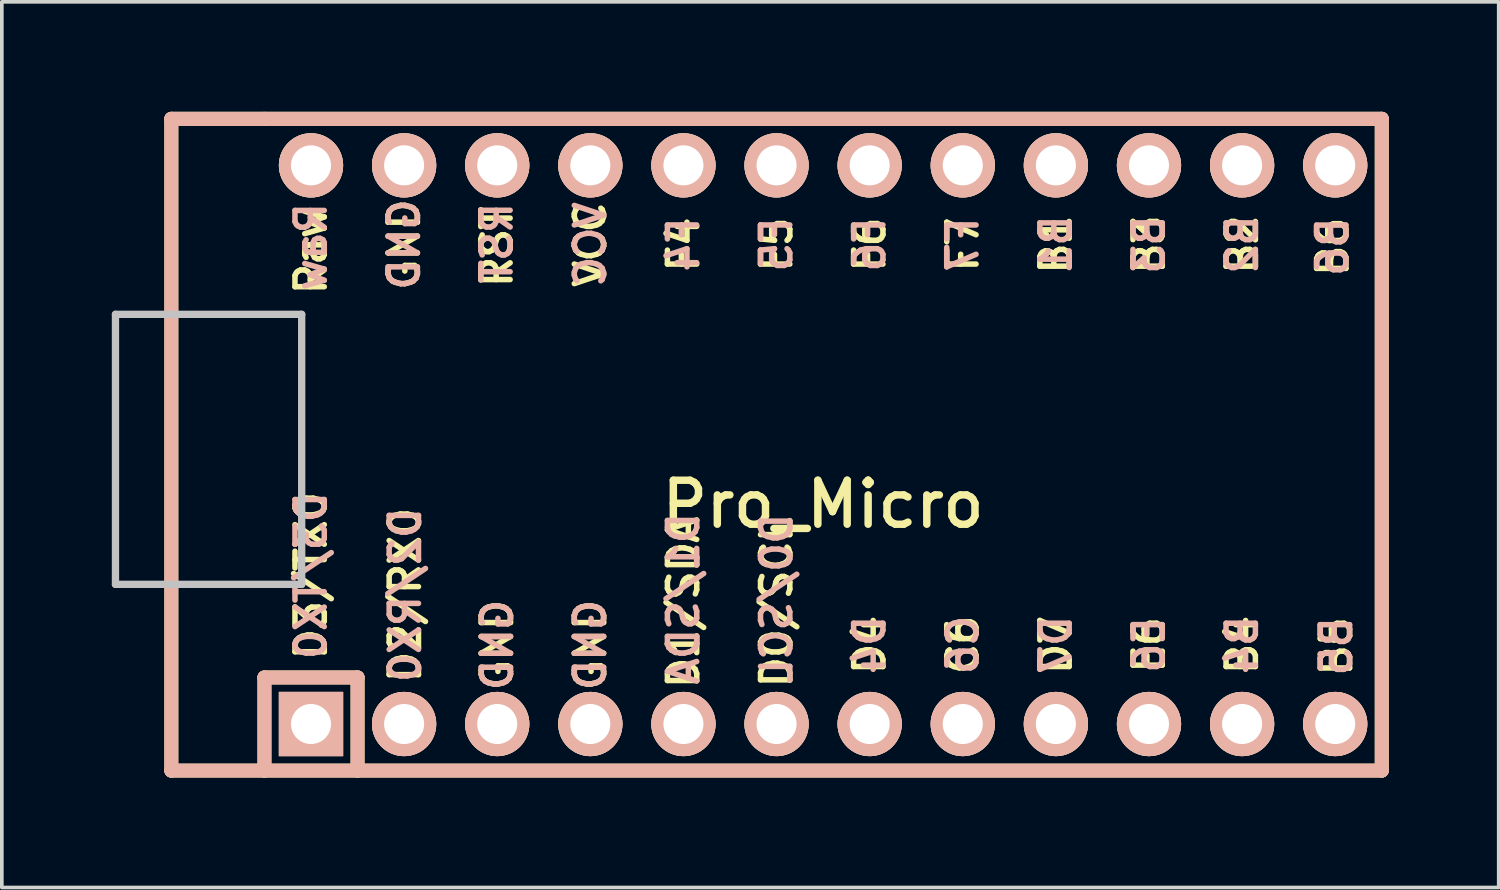
<source format=kicad_pcb>
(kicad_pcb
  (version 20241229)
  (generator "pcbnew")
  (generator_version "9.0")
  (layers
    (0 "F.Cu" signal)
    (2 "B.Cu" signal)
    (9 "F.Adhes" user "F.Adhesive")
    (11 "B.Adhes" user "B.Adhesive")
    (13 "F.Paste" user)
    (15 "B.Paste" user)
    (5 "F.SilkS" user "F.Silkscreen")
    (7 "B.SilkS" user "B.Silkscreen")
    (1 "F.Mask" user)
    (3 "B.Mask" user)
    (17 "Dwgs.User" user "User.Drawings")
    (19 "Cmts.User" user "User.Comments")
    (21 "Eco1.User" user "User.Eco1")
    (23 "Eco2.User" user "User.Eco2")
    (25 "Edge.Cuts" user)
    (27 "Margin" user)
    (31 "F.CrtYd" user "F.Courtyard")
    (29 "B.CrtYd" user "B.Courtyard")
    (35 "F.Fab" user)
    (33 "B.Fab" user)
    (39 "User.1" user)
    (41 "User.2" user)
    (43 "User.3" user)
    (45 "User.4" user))
  (footprint "Pro_Micro"
    (layer "F.Cu")
    (at 19.404 9.081)
    (property "Reference" "Pro_Micro" (at 0 1.625 0) (layer "F.SilkS") (effects (font (size 1.2 1.2) (thickness 0.203))))
    (attr through_hole)
    (fp_line (start -17.78 -8.89) (end -17.78 8.89) (stroke (width 0.381) (type solid)) (layer "F.SilkS"))
    (fp_line (start -17.78 8.89) (end -15.24 8.89) (stroke (width 0.381) (type solid)) (layer "F.SilkS"))
    (fp_line (start -15.24 -8.89) (end -17.78 -8.89) (stroke (width 0.381) (type solid)) (layer "F.SilkS"))
    (fp_line (start -15.24 6.35) (end -15.24 8.89) (stroke (width 0.381) (type solid)) (layer "F.SilkS"))
    (fp_line (start -15.24 6.35) (end -12.7 6.35) (stroke (width 0.381) (type solid)) (layer "F.SilkS"))
    (fp_line (start -15.24 8.89) (end 15.24 8.89) (stroke (width 0.381) (type solid)) (layer "F.SilkS"))
    (fp_line (start -12.7 6.35) (end -12.7 8.89) (stroke (width 0.381) (type solid)) (layer "F.SilkS"))
    (fp_line (start 15.24 -8.89) (end -15.24 -8.89) (stroke (width 0.381) (type solid)) (layer "F.SilkS"))
    (fp_line (start 15.24 8.89) (end 15.24 -8.89) (stroke (width 0.381) (type solid)) (layer "F.SilkS"))
    (fp_line (start -17.78 -8.89) (end -17.78 8.89) (stroke (width 0.381) (type solid)) (layer "B.SilkS"))
    (fp_line (start -17.78 8.89) (end 15.24 8.89) (stroke (width 0.381) (type solid)) (layer "B.SilkS"))
    (fp_line (start -15.24 6.35) (end -15.24 8.89) (stroke (width 0.381) (type solid)) (layer "B.SilkS"))
    (fp_line (start -15.24 6.35) (end -12.7 6.35) (stroke (width 0.381) (type solid)) (layer "B.SilkS"))
    (fp_line (start -12.7 6.35) (end -12.7 8.89) (stroke (width 0.381) (type solid)) (layer "B.SilkS"))
    (fp_line (start 15.24 -8.89) (end -17.78 -8.89) (stroke (width 0.381) (type solid)) (layer "B.SilkS"))
    (fp_line (start 15.24 8.89) (end 15.24 -8.89) (stroke (width 0.381) (type solid)) (layer "B.SilkS"))
    (fp_line (start -19.304 -3.556) (end -14.224 -3.556) (stroke (width 0.2) (type solid)) (layer "Dwgs.User"))
    (fp_line (start -19.304 3.81) (end -19.304 -3.556) (stroke (width 0.2) (type solid)) (layer "Dwgs.User"))
    (fp_line (start -14.224 -3.556) (end -14.224 3.81) (stroke (width 0.2) (type solid)) (layer "Dwgs.User"))
    (fp_line (start -14.224 3.81) (end -19.304 3.81) (stroke (width 0.2) (type solid)) (layer "Dwgs.User"))
    (fp_text user "B4" (at 11.43 5.461 90) (layer "F.SilkS") (effects (font (size 0.8 0.8) (thickness 0.15))))
    (fp_text user "D1/SDA" (at -3.81 4.3 90) (layer "F.SilkS") (effects (font (size 0.8 0.8) (thickness 0.15))))
    (fp_text user "GND" (at -8.89 5.461 90) (layer "F.SilkS") (effects (font (size 0.8 0.8) (thickness 0.15))))
    (fp_text user "D4" (at 1.27 5.461 90) (layer "F.SilkS") (effects (font (size 0.8 0.8) (thickness 0.15))))
    (fp_text user "Raw" (at -13.97 -5.3 90) (layer "F.SilkS") (effects (font (size 0.8 0.8) (thickness 0.15))))
    (fp_text user "D7" (at 6.35 5.461 90) (layer "F.SilkS") (effects (font (size 0.8 0.8) (thickness 0.15))))
    (fp_text user "F7" (at 3.81 -5.461 90) (layer "F.SilkS") (effects (font (size 0.8 0.8) (thickness 0.15))))
    (fp_text user "F5" (at -1.27 -5.461 90) (layer "F.SilkS") (effects (font (size 0.8 0.8) (thickness 0.15))))
    (fp_text user "C6" (at 3.81 5.461 90) (layer "F.SilkS") (effects (font (size 0.8 0.8) (thickness 0.15))))
    (fp_text user "F6" (at 1.27 -5.461 90) (layer "F.SilkS") (effects (font (size 0.8 0.8) (thickness 0.15))))
    (fp_text user "RST" (at -8.9 -5.4 90) (layer "F.SilkS") (effects (font (size 0.8 0.8) (thickness 0.15))))
    (fp_text user "GND" (at -6.35 5.461 90) (layer "F.SilkS") (effects (font (size 0.8 0.8) (thickness 0.15))))
    (fp_text user "D0/SCL" (at -1.27 4.3 90) (layer "F.SilkS") (effects (font (size 0.8 0.8) (thickness 0.15))))
    (fp_text user "B1" (at 6.35 -5.461 90) (layer "F.SilkS") (effects (font (size 0.8 0.8) (thickness 0.15))))
    (fp_text user "VCC" (at -6.35 -5.461 90) (layer "F.SilkS") (effects (font (size 0.8 0.8) (thickness 0.15))))
    (fp_text user "B3" (at 8.89 -5.461 90) (layer "F.SilkS") (effects (font (size 0.8 0.8) (thickness 0.15))))
    (fp_text user "D3/TX0" (at -13.97 3.572 90) (layer "F.SilkS") (effects (font (size 0.8 0.8) (thickness 0.15))))
    (fp_text user "B5" (at 14 5.5 90) (layer "F.SilkS") (effects (font (size 0.8 0.8) (thickness 0.15))))
    (fp_text user "GND" (at -11.43 -5.461 90) (layer "F.SilkS") (effects (font (size 0.8 0.8) (thickness 0.15))))
    (fp_text user "B6" (at 13.9 -5.4 90) (unlocked yes) (layer "F.SilkS") (effects (font (size 0.8 0.8) (thickness 0.15))))
    (fp_text user "E6" (at 8.89 5.461 90) (layer "F.SilkS") (effects (font (size 0.8 0.8) (thickness 0.15))))
    (fp_text user "D2/RX0" (at -11.4 4.1 90) (layer "F.SilkS") (effects (font (size 0.8 0.8) (thickness 0.15))))
    (fp_text user "F4" (at -3.81 -5.461 90) (layer "F.SilkS") (effects (font (size 0.8 0.8) (thickness 0.15))))
    (fp_text user "B2" (at 11.43 -5.461 90) (layer "F.SilkS") (effects (font (size 0.8 0.8) (thickness 0.15))))
    (fp_text user "D7" (at 6.35 5.461 90) (layer "B.SilkS") (effects (font (size 0.8 0.8) (thickness 0.15)) (justify mirror)))
    (fp_text user "GND" (at -11.43 -5.461 90) (layer "B.SilkS") (effects (font (size 0.8 0.8) (thickness 0.15)) (justify mirror)))
    (fp_text user "F7" (at 3.81 -5.461 90) (layer "B.SilkS") (effects (font (size 0.8 0.8) (thickness 0.15)) (justify mirror)))
    (fp_text user "GND" (at -8.89 5.461 90) (layer "B.SilkS") (effects (font (size 0.8 0.8) (thickness 0.15)) (justify mirror)))
    (fp_text user "B6" (at 13.9 -5.4 90) (unlocked yes) (layer "B.SilkS") (effects (font (size 0.8 0.8) (thickness 0.15)) (justify mirror)))
    (fp_text user "D4" (at 1.27 5.461 90) (layer "B.SilkS") (effects (font (size 0.8 0.8) (thickness 0.15)) (justify mirror)))
    (fp_text user "VCC" (at -6.35 -5.461 90) (layer "B.SilkS") (effects (font (size 0.8 0.8) (thickness 0.15)) (justify mirror)))
    (fp_text user "D1/SDA" (at -3.81 4.2 90) (layer "B.SilkS") (effects (font (size 0.8 0.8) (thickness 0.15)) (justify mirror)))
    (fp_text user "D3/TX0" (at -13.97 3.572 90) (layer "B.SilkS") (effects (font (size 0.8 0.8) (thickness 0.15)) (justify mirror)))
    (fp_text user "D2/RX0" (at -11.4 4.1 90) (layer "B.SilkS") (effects (font (size 0.8 0.8) (thickness 0.15)) (justify mirror)))
    (fp_text user "F4" (at -3.81 -5.461 90) (layer "B.SilkS") (effects (font (size 0.8 0.8) (thickness 0.15)) (justify mirror)))
    (fp_text user "E6" (at 8.89 5.461 90) (layer "B.SilkS") (effects (font (size 0.8 0.8) (thickness 0.15)) (justify mirror)))
    (fp_text user "D0/SCL" (at -1.27 4.2 90) (layer "B.SilkS") (effects (font (size 0.8 0.8) (thickness 0.15)) (justify mirror)))
    (fp_text user "C6" (at 3.81 5.461 90) (layer "B.SilkS") (effects (font (size 0.8 0.8) (thickness 0.15)) (justify mirror)))
    (fp_text user "B1" (at 6.35 -5.461 90) (layer "B.SilkS") (effects (font (size 0.8 0.8) (thickness 0.15)) (justify mirror)))
    (fp_text user "RST" (at -8.9 -5.5 90) (layer "B.SilkS") (effects (font (size 0.8 0.8) (thickness 0.15)) (justify mirror)))
    (fp_text user "GND" (at -6.35 5.461 90) (layer "B.SilkS") (effects (font (size 0.8 0.8) (thickness 0.15)) (justify mirror)))
    (fp_text user "Raw" (at -13.97 -5.4 90) (layer "B.SilkS") (effects (font (size 0.8 0.8) (thickness 0.15)) (justify mirror)))
    (fp_text user "B4" (at 11.43 5.461 90) (layer "B.SilkS") (effects (font (size 0.8 0.8) (thickness 0.15)) (justify mirror)))
    (fp_text user "B5" (at 14 5.5 90) (layer "B.SilkS") (effects (font (size 0.8 0.8) (thickness 0.15)) (justify mirror)))
    (fp_text user "F6" (at 1.27 -5.461 90) (layer "B.SilkS") (effects (font (size 0.8 0.8) (thickness 0.15)) (justify mirror)))
    (fp_text user "B3" (at 8.89 -5.461 90) (layer "B.SilkS") (effects (font (size 0.8 0.8) (thickness 0.15)) (justify mirror)))
    (fp_text user "F5" (at -1.27 -5.461 90) (layer "B.SilkS") (effects (font (size 0.8 0.8) (thickness 0.15)) (justify mirror)))
    (fp_text user "B2" (at 11.43 -5.461 90) (layer "B.SilkS") (effects (font (size 0.8 0.8) (thickness 0.15)) (justify mirror)))
    (pad "1" thru_hole rect (at -13.97 7.62) (size 1.753 1.753) (drill 1.092) (layers "*.Cu" "*.SilkS" "*.Mask"))
    (pad "2" thru_hole circle (at -11.43 7.62) (size 1.753 1.753) (drill 1.092) (layers "*.Cu" "*.SilkS" "*.Mask"))
    (pad "3" thru_hole circle (at -8.89 7.62) (size 1.753 1.753) (drill 1.092) (layers "*.Cu" "*.SilkS" "*.Mask"))
    (pad "4" thru_hole circle (at -6.35 7.62) (size 1.753 1.753) (drill 1.092) (layers "*.Cu" "*.SilkS" "*.Mask"))
    (pad "5" thru_hole circle (at -3.81 7.62) (size 1.753 1.753) (drill 1.092) (layers "*.Cu" "*.SilkS" "*.Mask"))
    (pad "6" thru_hole circle (at -1.27 7.62) (size 1.753 1.753) (drill 1.092) (layers "*.Cu" "*.SilkS" "*.Mask"))
    (pad "7" thru_hole circle (at 1.27 7.62) (size 1.753 1.753) (drill 1.092) (layers "*.Cu" "*.SilkS" "*.Mask"))
    (pad "8" thru_hole circle (at 3.81 7.62) (size 1.753 1.753) (drill 1.092) (layers "*.Cu" "*.SilkS" "*.Mask"))
    (pad "9" thru_hole circle (at 6.35 7.62) (size 1.753 1.753) (drill 1.092) (layers "*.Cu" "*.SilkS" "*.Mask"))
    (pad "10" thru_hole circle (at 8.89 7.62) (size 1.753 1.753) (drill 1.092) (layers "*.Cu" "*.SilkS" "*.Mask"))
    (pad "11" thru_hole circle (at 11.43 7.62) (size 1.753 1.753) (drill 1.092) (layers "*.Cu" "*.SilkS" "*.Mask"))
    (pad "12" thru_hole circle (at 13.97 7.62) (size 1.753 1.753) (drill 1.092) (layers "*.Cu" "*.SilkS" "*.Mask"))
    (pad "13" thru_hole circle (at 13.97 -7.62) (size 1.753 1.753) (drill 1.092) (layers "*.Cu" "*.SilkS" "*.Mask"))
    (pad "14" thru_hole circle (at 11.43 -7.62) (size 1.753 1.753) (drill 1.092) (layers "*.Cu" "*.SilkS" "*.Mask"))
    (pad "15" thru_hole circle (at 8.89 -7.62) (size 1.753 1.753) (drill 1.092) (layers "*.Cu" "*.SilkS" "*.Mask"))
    (pad "16" thru_hole circle (at 6.35 -7.62) (size 1.753 1.753) (drill 1.092) (layers "*.Cu" "*.SilkS" "*.Mask"))
    (pad "17" thru_hole circle (at 3.81 -7.62) (size 1.753 1.753) (drill 1.092) (layers "*.Cu" "*.SilkS" "*.Mask"))
    (pad "18" thru_hole circle (at 1.27 -7.62) (size 1.753 1.753) (drill 1.092) (layers "*.Cu" "*.SilkS" "*.Mask"))
    (pad "19" thru_hole circle (at -1.27 -7.62) (size 1.753 1.753) (drill 1.092) (layers "*.Cu" "*.SilkS" "*.Mask"))
    (pad "20" thru_hole circle (at -3.81 -7.62) (size 1.753 1.753) (drill 1.092) (layers "*.Cu" "*.SilkS" "*.Mask"))
    (pad "21" thru_hole circle (at -6.35 -7.62) (size 1.753 1.753) (drill 1.092) (layers "*.Cu" "*.SilkS" "*.Mask"))
    (pad "22" thru_hole circle (at -8.89 -7.62) (size 1.753 1.753) (drill 1.092) (layers "*.Cu" "*.SilkS" "*.Mask"))
    (pad "23" thru_hole circle (at -11.43 -7.62) (size 1.753 1.753) (drill 1.092) (layers "*.Cu" "*.SilkS" "*.Mask"))
    (pad "24" thru_hole circle (at -13.97 -7.62) (size 1.753 1.753) (drill 1.092) (layers "*.Cu" "*.SilkS" "*.Mask")))
  (gr_rect
    (start -3 -3)
    (end 37.834 21.161)
    (stroke (width 0.1) (type default))
    (fill no)
    (layer "Edge.Cuts")))
</source>
